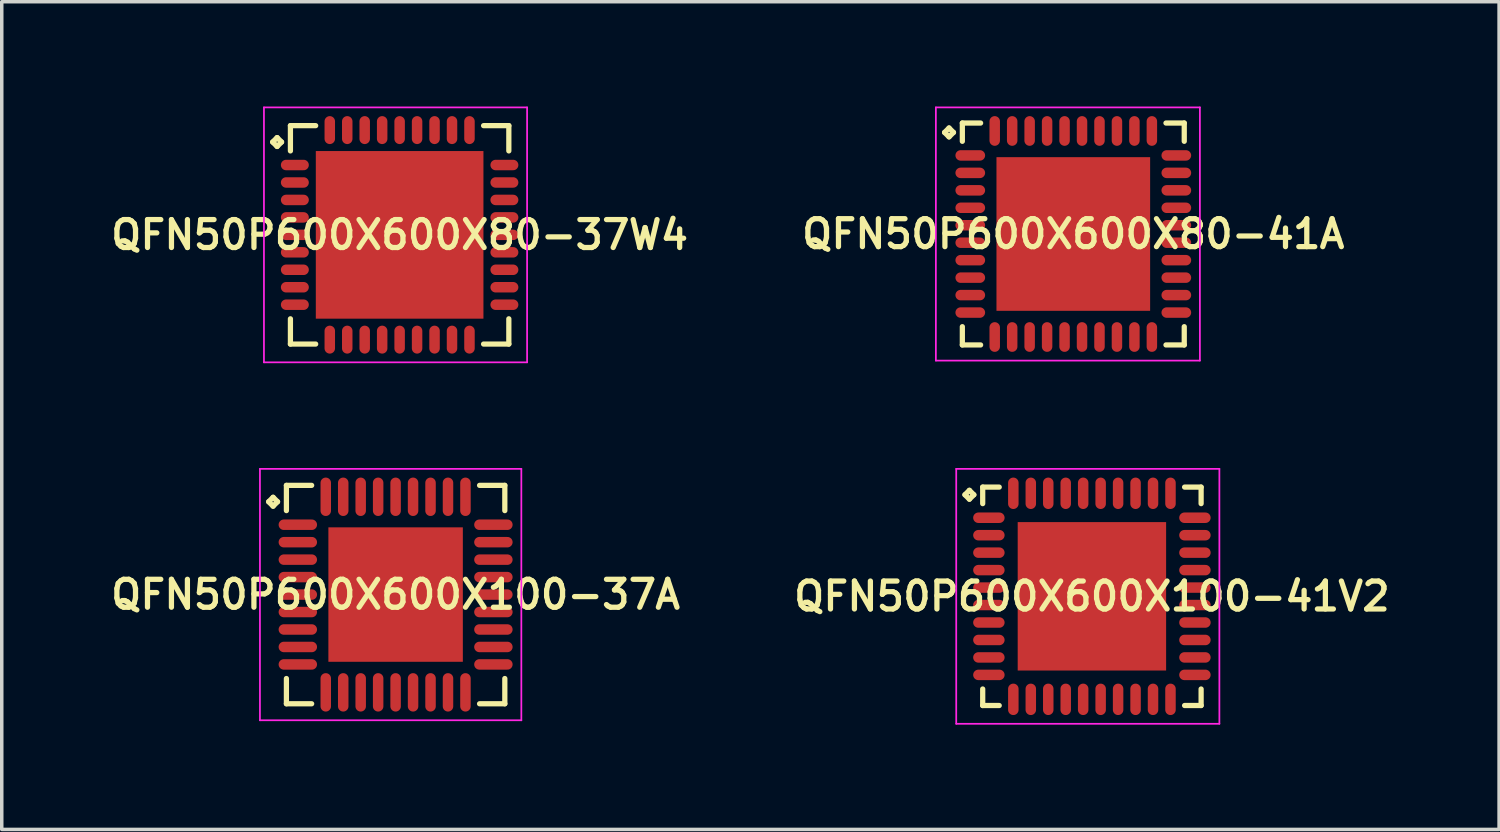
<source format=kicad_pcb>
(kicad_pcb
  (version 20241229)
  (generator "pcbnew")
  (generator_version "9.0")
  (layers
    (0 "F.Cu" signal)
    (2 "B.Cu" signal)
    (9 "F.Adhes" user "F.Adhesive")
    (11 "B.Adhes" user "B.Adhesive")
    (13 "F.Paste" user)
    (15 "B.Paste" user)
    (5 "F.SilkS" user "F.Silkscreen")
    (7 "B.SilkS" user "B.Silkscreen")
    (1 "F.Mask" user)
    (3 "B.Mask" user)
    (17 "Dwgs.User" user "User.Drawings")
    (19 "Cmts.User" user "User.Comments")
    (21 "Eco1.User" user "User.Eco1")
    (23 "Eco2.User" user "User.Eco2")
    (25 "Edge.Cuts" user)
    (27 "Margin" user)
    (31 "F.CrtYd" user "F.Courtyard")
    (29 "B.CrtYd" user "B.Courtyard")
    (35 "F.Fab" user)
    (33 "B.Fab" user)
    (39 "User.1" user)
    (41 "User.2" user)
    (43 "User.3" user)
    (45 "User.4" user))
  (footprint "QFN50P600X600X100-37A"
    (layer "F.Cu")
    (at 8.278 13.975)
    (property "Reference" "QFN50P600X600X100-37A" (at 0 0 0) (layer "F.SilkS") (effects (font (size 0.8 0.8) (thickness 0.15))))
    (attr smd)
    (fp_line (start -3.635 -2.658) (end -3.508 -2.785) (stroke (width 0.15) (type solid)) (layer "F.SilkS"))
    (fp_line (start -3.508 -2.785) (end -3.381 -2.658) (stroke (width 0.15) (type solid)) (layer "F.SilkS"))
    (fp_line (start -3.508 -2.531) (end -3.635 -2.658) (stroke (width 0.15) (type solid)) (layer "F.SilkS"))
    (fp_line (start -3.381 -2.658) (end -3.508 -2.531) (stroke (width 0.15) (type solid)) (layer "F.SilkS"))
    (fp_line (start -3.127 -3.127) (end -2.404 -3.127) (stroke (width 0.15) (type solid)) (layer "F.SilkS"))
    (fp_line (start -3.127 -2.404) (end -3.127 -3.127) (stroke (width 0.15) (type solid)) (layer "F.SilkS"))
    (fp_line (start -3.127 2.404) (end -3.127 3.127) (stroke (width 0.15) (type solid)) (layer "F.SilkS"))
    (fp_line (start -3.127 3.127) (end -2.404 3.127) (stroke (width 0.15) (type solid)) (layer "F.SilkS"))
    (fp_line (start 2.404 -3.127) (end 3.127 -3.127) (stroke (width 0.15) (type solid)) (layer "F.SilkS"))
    (fp_line (start 2.404 3.127) (end 3.127 3.127) (stroke (width 0.15) (type solid)) (layer "F.SilkS"))
    (fp_line (start 3.127 -3.127) (end 3.127 -2.404) (stroke (width 0.15) (type solid)) (layer "F.SilkS"))
    (fp_line (start 3.127 3.127) (end 3.127 2.404) (stroke (width 0.15) (type solid)) (layer "F.SilkS"))
    (fp_line (start -3.885 -3.6) (end 3.6 -3.6) (stroke (width 0.05) (type solid)) (layer "F.CrtYd"))
    (fp_line (start -3.885 3.6) (end -3.885 -3.6) (stroke (width 0.05) (type solid)) (layer "F.CrtYd"))
    (fp_line (start 3.6 -3.6) (end 3.6 3.6) (stroke (width 0.05) (type solid)) (layer "F.CrtYd"))
    (fp_line (start 3.6 3.6) (end -3.885 3.6) (stroke (width 0.05) (type solid)) (layer "F.CrtYd"))
    (pad "1" smd oval (at -2.8 -2) (size 1.1 0.3) (layers "F.Cu" "F.Mask" "F.Paste"))
    (pad "2" smd oval (at -2.8 -1.5) (size 1.1 0.3) (layers "F.Cu" "F.Mask" "F.Paste"))
    (pad "3" smd oval (at -2.8 -1) (size 1.1 0.3) (layers "F.Cu" "F.Mask" "F.Paste"))
    (pad "4" smd oval (at -2.8 -0.5) (size 1.1 0.3) (layers "F.Cu" "F.Mask" "F.Paste"))
    (pad "5" smd oval (at -2.8 0) (size 1.1 0.3) (layers "F.Cu" "F.Mask" "F.Paste"))
    (pad "6" smd oval (at -2.8 0.5) (size 1.1 0.3) (layers "F.Cu" "F.Mask" "F.Paste"))
    (pad "7" smd oval (at -2.8 1) (size 1.1 0.3) (layers "F.Cu" "F.Mask" "F.Paste"))
    (pad "8" smd oval (at -2.8 1.5) (size 1.1 0.3) (layers "F.Cu" "F.Mask" "F.Paste"))
    (pad "9" smd oval (at -2.8 2) (size 1.1 0.3) (layers "F.Cu" "F.Mask" "F.Paste"))
    (pad "10" smd oval (at -2 2.8) (size 0.3 1.1) (layers "F.Cu" "F.Mask" "F.Paste"))
    (pad "11" smd oval (at -1.5 2.8) (size 0.3 1.1) (layers "F.Cu" "F.Mask" "F.Paste"))
    (pad "12" smd oval (at -1 2.8) (size 0.3 1.1) (layers "F.Cu" "F.Mask" "F.Paste"))
    (pad "13" smd oval (at -0.5 2.8) (size 0.3 1.1) (layers "F.Cu" "F.Mask" "F.Paste"))
    (pad "14" smd oval (at 0 2.8) (size 0.3 1.1) (layers "F.Cu" "F.Mask" "F.Paste"))
    (pad "15" smd oval (at 0.5 2.8) (size 0.3 1.1) (layers "F.Cu" "F.Mask" "F.Paste"))
    (pad "16" smd oval (at 1 2.8) (size 0.3 1.1) (layers "F.Cu" "F.Mask" "F.Paste"))
    (pad "17" smd oval (at 1.5 2.8) (size 0.3 1.1) (layers "F.Cu" "F.Mask" "F.Paste"))
    (pad "18" smd oval (at 2 2.8) (size 0.3 1.1) (layers "F.Cu" "F.Mask" "F.Paste"))
    (pad "19" smd oval (at 2.8 2) (size 1.1 0.3) (layers "F.Cu" "F.Mask" "F.Paste"))
    (pad "20" smd oval (at 2.8 1.5) (size 1.1 0.3) (layers "F.Cu" "F.Mask" "F.Paste"))
    (pad "21" smd oval (at 2.8 1) (size 1.1 0.3) (layers "F.Cu" "F.Mask" "F.Paste"))
    (pad "22" smd oval (at 2.8 0.5) (size 1.1 0.3) (layers "F.Cu" "F.Mask" "F.Paste"))
    (pad "23" smd oval (at 2.8 0) (size 1.1 0.3) (layers "F.Cu" "F.Mask" "F.Paste"))
    (pad "24" smd oval (at 2.8 -0.5) (size 1.1 0.3) (layers "F.Cu" "F.Mask" "F.Paste"))
    (pad "25" smd oval (at 2.8 -1) (size 1.1 0.3) (layers "F.Cu" "F.Mask" "F.Paste"))
    (pad "26" smd oval (at 2.8 -1.5) (size 1.1 0.3) (layers "F.Cu" "F.Mask" "F.Paste"))
    (pad "27" smd oval (at 2.8 -2) (size 1.1 0.3) (layers "F.Cu" "F.Mask" "F.Paste"))
    (pad "28" smd oval (at 2 -2.8) (size 0.3 1.1) (layers "F.Cu" "F.Mask" "F.Paste"))
    (pad "29" smd oval (at 1.5 -2.8) (size 0.3 1.1) (layers "F.Cu" "F.Mask" "F.Paste"))
    (pad "30" smd oval (at 1 -2.8) (size 0.3 1.1) (layers "F.Cu" "F.Mask" "F.Paste"))
    (pad "31" smd oval (at 0.5 -2.8) (size 0.3 1.1) (layers "F.Cu" "F.Mask" "F.Paste"))
    (pad "32" smd oval (at 0 -2.8) (size 0.3 1.1) (layers "F.Cu" "F.Mask" "F.Paste"))
    (pad "33" smd oval (at -0.5 -2.8) (size 0.3 1.1) (layers "F.Cu" "F.Mask" "F.Paste"))
    (pad "34" smd oval (at -1 -2.8) (size 0.3 1.1) (layers "F.Cu" "F.Mask" "F.Paste"))
    (pad "35" smd oval (at -1.5 -2.8) (size 0.3 1.1) (layers "F.Cu" "F.Mask" "F.Paste"))
    (pad "36" smd oval (at -2 -2.8) (size 0.3 1.1) (layers "F.Cu" "F.Mask" "F.Paste"))
    (pad "37" smd rect (at 0 0) (size 3.85 3.85) (layers "F.Cu" "F.Mask" "F.Paste")))
  (footprint "QFN50P600X600X80-41A"
    (layer "F.Cu")
    (at 27.683 3.65)
    (property "Reference" "QFN50P600X600X80-41A" (at 0 0 0) (layer "F.SilkS") (effects (font (size 0.8 0.8) (thickness 0.15))))
    (attr smd)
    (fp_line (start -3.685 -2.908) (end -3.558 -3.035) (stroke (width 0.15) (type solid)) (layer "F.SilkS"))
    (fp_line (start -3.558 -3.035) (end -3.431 -2.908) (stroke (width 0.15) (type solid)) (layer "F.SilkS"))
    (fp_line (start -3.558 -2.781) (end -3.685 -2.908) (stroke (width 0.15) (type solid)) (layer "F.SilkS"))
    (fp_line (start -3.431 -2.908) (end -3.558 -2.781) (stroke (width 0.15) (type solid)) (layer "F.SilkS"))
    (fp_line (start -3.177 -3.177) (end -2.654 -3.177) (stroke (width 0.15) (type solid)) (layer "F.SilkS"))
    (fp_line (start -3.177 -2.654) (end -3.177 -3.177) (stroke (width 0.15) (type solid)) (layer "F.SilkS"))
    (fp_line (start -3.177 2.654) (end -3.177 3.177) (stroke (width 0.15) (type solid)) (layer "F.SilkS"))
    (fp_line (start -3.177 3.177) (end -2.654 3.177) (stroke (width 0.15) (type solid)) (layer "F.SilkS"))
    (fp_line (start 2.654 -3.177) (end 3.177 -3.177) (stroke (width 0.15) (type solid)) (layer "F.SilkS"))
    (fp_line (start 2.654 3.177) (end 3.177 3.177) (stroke (width 0.15) (type solid)) (layer "F.SilkS"))
    (fp_line (start 3.177 -3.177) (end 3.177 -2.654) (stroke (width 0.15) (type solid)) (layer "F.SilkS"))
    (fp_line (start 3.177 3.177) (end 3.177 2.654) (stroke (width 0.15) (type solid)) (layer "F.SilkS"))
    (fp_line (start -3.935 -3.625) (end 3.625 -3.625) (stroke (width 0.05) (type solid)) (layer "F.CrtYd"))
    (fp_line (start -3.935 3.625) (end -3.935 -3.625) (stroke (width 0.05) (type solid)) (layer "F.CrtYd"))
    (fp_line (start 3.625 -3.625) (end 3.625 3.625) (stroke (width 0.05) (type solid)) (layer "F.CrtYd"))
    (fp_line (start 3.625 3.625) (end -3.935 3.625) (stroke (width 0.05) (type solid)) (layer "F.CrtYd"))
    (pad "1" smd oval (at -2.95 -2.25) (size 0.85 0.3) (layers "F.Cu" "F.Mask" "F.Paste"))
    (pad "2" smd oval (at -2.95 -1.75) (size 0.85 0.3) (layers "F.Cu" "F.Mask" "F.Paste"))
    (pad "3" smd oval (at -2.95 -1.25) (size 0.85 0.3) (layers "F.Cu" "F.Mask" "F.Paste"))
    (pad "4" smd oval (at -2.95 -0.75) (size 0.85 0.3) (layers "F.Cu" "F.Mask" "F.Paste"))
    (pad "5" smd oval (at -2.95 -0.25) (size 0.85 0.3) (layers "F.Cu" "F.Mask" "F.Paste"))
    (pad "6" smd oval (at -2.95 0.25) (size 0.85 0.3) (layers "F.Cu" "F.Mask" "F.Paste"))
    (pad "7" smd oval (at -2.95 0.75) (size 0.85 0.3) (layers "F.Cu" "F.Mask" "F.Paste"))
    (pad "8" smd oval (at -2.95 1.25) (size 0.85 0.3) (layers "F.Cu" "F.Mask" "F.Paste"))
    (pad "9" smd oval (at -2.95 1.75) (size 0.85 0.3) (layers "F.Cu" "F.Mask" "F.Paste"))
    (pad "10" smd oval (at -2.95 2.25) (size 0.85 0.3) (layers "F.Cu" "F.Mask" "F.Paste"))
    (pad "11" smd oval (at -2.25 2.95) (size 0.3 0.85) (layers "F.Cu" "F.Mask" "F.Paste"))
    (pad "12" smd oval (at -1.75 2.95) (size 0.3 0.85) (layers "F.Cu" "F.Mask" "F.Paste"))
    (pad "13" smd oval (at -1.25 2.95) (size 0.3 0.85) (layers "F.Cu" "F.Mask" "F.Paste"))
    (pad "14" smd oval (at -0.75 2.95) (size 0.3 0.85) (layers "F.Cu" "F.Mask" "F.Paste"))
    (pad "15" smd oval (at -0.25 2.95) (size 0.3 0.85) (layers "F.Cu" "F.Mask" "F.Paste"))
    (pad "16" smd oval (at 0.25 2.95) (size 0.3 0.85) (layers "F.Cu" "F.Mask" "F.Paste"))
    (pad "17" smd oval (at 0.75 2.95) (size 0.3 0.85) (layers "F.Cu" "F.Mask" "F.Paste"))
    (pad "18" smd oval (at 1.25 2.95) (size 0.3 0.85) (layers "F.Cu" "F.Mask" "F.Paste"))
    (pad "19" smd oval (at 1.75 2.95) (size 0.3 0.85) (layers "F.Cu" "F.Mask" "F.Paste"))
    (pad "20" smd oval (at 2.25 2.95) (size 0.3 0.85) (layers "F.Cu" "F.Mask" "F.Paste"))
    (pad "21" smd oval (at 2.95 2.25) (size 0.85 0.3) (layers "F.Cu" "F.Mask" "F.Paste"))
    (pad "22" smd oval (at 2.95 1.75) (size 0.85 0.3) (layers "F.Cu" "F.Mask" "F.Paste"))
    (pad "23" smd oval (at 2.95 1.25) (size 0.85 0.3) (layers "F.Cu" "F.Mask" "F.Paste"))
    (pad "24" smd oval (at 2.95 0.75) (size 0.85 0.3) (layers "F.Cu" "F.Mask" "F.Paste"))
    (pad "25" smd oval (at 2.95 0.25) (size 0.85 0.3) (layers "F.Cu" "F.Mask" "F.Paste"))
    (pad "26" smd oval (at 2.95 -0.25) (size 0.85 0.3) (layers "F.Cu" "F.Mask" "F.Paste"))
    (pad "27" smd oval (at 2.95 -0.75) (size 0.85 0.3) (layers "F.Cu" "F.Mask" "F.Paste"))
    (pad "28" smd oval (at 2.95 -1.25) (size 0.85 0.3) (layers "F.Cu" "F.Mask" "F.Paste"))
    (pad "29" smd oval (at 2.95 -1.75) (size 0.85 0.3) (layers "F.Cu" "F.Mask" "F.Paste"))
    (pad "30" smd oval (at 2.95 -2.25) (size 0.85 0.3) (layers "F.Cu" "F.Mask" "F.Paste"))
    (pad "31" smd oval (at 2.25 -2.95) (size 0.3 0.85) (layers "F.Cu" "F.Mask" "F.Paste"))
    (pad "32" smd oval (at 1.75 -2.95) (size 0.3 0.85) (layers "F.Cu" "F.Mask" "F.Paste"))
    (pad "33" smd oval (at 1.25 -2.95) (size 0.3 0.85) (layers "F.Cu" "F.Mask" "F.Paste"))
    (pad "34" smd oval (at 0.75 -2.95) (size 0.3 0.85) (layers "F.Cu" "F.Mask" "F.Paste"))
    (pad "35" smd oval (at 0.25 -2.95) (size 0.3 0.85) (layers "F.Cu" "F.Mask" "F.Paste"))
    (pad "36" smd oval (at -0.25 -2.95) (size 0.3 0.85) (layers "F.Cu" "F.Mask" "F.Paste"))
    (pad "37" smd oval (at -0.75 -2.95) (size 0.3 0.85) (layers "F.Cu" "F.Mask" "F.Paste"))
    (pad "38" smd oval (at -1.25 -2.95) (size 0.3 0.85) (layers "F.Cu" "F.Mask" "F.Paste"))
    (pad "39" smd oval (at -1.75 -2.95) (size 0.3 0.85) (layers "F.Cu" "F.Mask" "F.Paste"))
    (pad "40" smd oval (at -2.25 -2.95) (size 0.3 0.85) (layers "F.Cu" "F.Mask" "F.Paste"))
    (pad "41" smd rect (at 0 0) (size 4.4 4.4) (layers "F.Cu" "F.Mask" "F.Paste")))
  (footprint "QFN50P600X600X80-37W4"
    (layer "F.Cu")
    (at 8.393 3.675)
    (property "Reference" "QFN50P600X600X80-37W4" (at 0 0 0) (layer "F.SilkS") (effects (font (size 0.8 0.8) (thickness 0.15))))
    (attr smd)
    (fp_line (start -3.635 -2.658) (end -3.508 -2.785) (stroke (width 0.15) (type solid)) (layer "F.SilkS"))
    (fp_line (start -3.508 -2.785) (end -3.381 -2.658) (stroke (width 0.15) (type solid)) (layer "F.SilkS"))
    (fp_line (start -3.508 -2.531) (end -3.635 -2.658) (stroke (width 0.15) (type solid)) (layer "F.SilkS"))
    (fp_line (start -3.381 -2.658) (end -3.508 -2.531) (stroke (width 0.15) (type solid)) (layer "F.SilkS"))
    (fp_line (start -3.127 -3.127) (end -2.404 -3.127) (stroke (width 0.15) (type solid)) (layer "F.SilkS"))
    (fp_line (start -3.127 -2.404) (end -3.127 -3.127) (stroke (width 0.15) (type solid)) (layer "F.SilkS"))
    (fp_line (start -3.127 2.404) (end -3.127 3.127) (stroke (width 0.15) (type solid)) (layer "F.SilkS"))
    (fp_line (start -3.127 3.127) (end -2.404 3.127) (stroke (width 0.15) (type solid)) (layer "F.SilkS"))
    (fp_line (start 2.404 -3.127) (end 3.127 -3.127) (stroke (width 0.15) (type solid)) (layer "F.SilkS"))
    (fp_line (start 2.404 3.127) (end 3.127 3.127) (stroke (width 0.15) (type solid)) (layer "F.SilkS"))
    (fp_line (start 3.127 -3.127) (end 3.127 -2.404) (stroke (width 0.15) (type solid)) (layer "F.SilkS"))
    (fp_line (start 3.127 3.127) (end 3.127 2.404) (stroke (width 0.15) (type solid)) (layer "F.SilkS"))
    (fp_line (start -3.885 -3.65) (end 3.65 -3.65) (stroke (width 0.05) (type solid)) (layer "F.CrtYd"))
    (fp_line (start -3.885 3.65) (end -3.885 -3.65) (stroke (width 0.05) (type solid)) (layer "F.CrtYd"))
    (fp_line (start 3.65 -3.65) (end 3.65 3.65) (stroke (width 0.05) (type solid)) (layer "F.CrtYd"))
    (fp_line (start 3.65 3.65) (end -3.885 3.65) (stroke (width 0.05) (type solid)) (layer "F.CrtYd"))
    (pad "1" smd oval (at -3 -2) (size 0.8 0.3) (layers "F.Cu" "F.Mask" "F.Paste"))
    (pad "2" smd oval (at -3 -1.5) (size 0.8 0.3) (layers "F.Cu" "F.Mask" "F.Paste"))
    (pad "3" smd oval (at -3 -1) (size 0.8 0.3) (layers "F.Cu" "F.Mask" "F.Paste"))
    (pad "4" smd oval (at -3 -0.5) (size 0.8 0.3) (layers "F.Cu" "F.Mask" "F.Paste"))
    (pad "5" smd oval (at -3 0) (size 0.8 0.3) (layers "F.Cu" "F.Mask" "F.Paste"))
    (pad "6" smd oval (at -3 0.5) (size 0.8 0.3) (layers "F.Cu" "F.Mask" "F.Paste"))
    (pad "7" smd oval (at -3 1) (size 0.8 0.3) (layers "F.Cu" "F.Mask" "F.Paste"))
    (pad "8" smd oval (at -3 1.5) (size 0.8 0.3) (layers "F.Cu" "F.Mask" "F.Paste"))
    (pad "9" smd oval (at -3 2) (size 0.8 0.3) (layers "F.Cu" "F.Mask" "F.Paste"))
    (pad "10" smd oval (at -2 3) (size 0.3 0.8) (layers "F.Cu" "F.Mask" "F.Paste"))
    (pad "11" smd oval (at -1.5 3) (size 0.3 0.8) (layers "F.Cu" "F.Mask" "F.Paste"))
    (pad "12" smd oval (at -1 3) (size 0.3 0.8) (layers "F.Cu" "F.Mask" "F.Paste"))
    (pad "13" smd oval (at -0.5 3) (size 0.3 0.8) (layers "F.Cu" "F.Mask" "F.Paste"))
    (pad "14" smd oval (at 0 3) (size 0.3 0.8) (layers "F.Cu" "F.Mask" "F.Paste"))
    (pad "15" smd oval (at 0.5 3) (size 0.3 0.8) (layers "F.Cu" "F.Mask" "F.Paste"))
    (pad "16" smd oval (at 1 3) (size 0.3 0.8) (layers "F.Cu" "F.Mask" "F.Paste"))
    (pad "17" smd oval (at 1.5 3) (size 0.3 0.8) (layers "F.Cu" "F.Mask" "F.Paste"))
    (pad "18" smd oval (at 2 3) (size 0.3 0.8) (layers "F.Cu" "F.Mask" "F.Paste"))
    (pad "19" smd oval (at 3 2) (size 0.8 0.3) (layers "F.Cu" "F.Mask" "F.Paste"))
    (pad "20" smd oval (at 3 1.5) (size 0.8 0.3) (layers "F.Cu" "F.Mask" "F.Paste"))
    (pad "21" smd oval (at 3 1) (size 0.8 0.3) (layers "F.Cu" "F.Mask" "F.Paste"))
    (pad "22" smd oval (at 3 0.5) (size 0.8 0.3) (layers "F.Cu" "F.Mask" "F.Paste"))
    (pad "23" smd oval (at 3 0) (size 0.8 0.3) (layers "F.Cu" "F.Mask" "F.Paste"))
    (pad "24" smd oval (at 3 -0.5) (size 0.8 0.3) (layers "F.Cu" "F.Mask" "F.Paste"))
    (pad "25" smd oval (at 3 -1) (size 0.8 0.3) (layers "F.Cu" "F.Mask" "F.Paste"))
    (pad "26" smd oval (at 3 -1.5) (size 0.8 0.3) (layers "F.Cu" "F.Mask" "F.Paste"))
    (pad "27" smd oval (at 3 -2) (size 0.8 0.3) (layers "F.Cu" "F.Mask" "F.Paste"))
    (pad "28" smd oval (at 2 -3) (size 0.3 0.8) (layers "F.Cu" "F.Mask" "F.Paste"))
    (pad "29" smd oval (at 1.5 -3) (size 0.3 0.8) (layers "F.Cu" "F.Mask" "F.Paste"))
    (pad "30" smd oval (at 1 -3) (size 0.3 0.8) (layers "F.Cu" "F.Mask" "F.Paste"))
    (pad "31" smd oval (at 0.5 -3) (size 0.3 0.8) (layers "F.Cu" "F.Mask" "F.Paste"))
    (pad "32" smd oval (at 0 -3) (size 0.3 0.8) (layers "F.Cu" "F.Mask" "F.Paste"))
    (pad "33" smd oval (at -0.5 -3) (size 0.3 0.8) (layers "F.Cu" "F.Mask" "F.Paste"))
    (pad "34" smd oval (at -1 -3) (size 0.3 0.8) (layers "F.Cu" "F.Mask" "F.Paste"))
    (pad "35" smd oval (at -1.5 -3) (size 0.3 0.8) (layers "F.Cu" "F.Mask" "F.Paste"))
    (pad "36" smd oval (at -2 -3) (size 0.3 0.8) (layers "F.Cu" "F.Mask" "F.Paste"))
    (pad "37" smd rect (at 0 0) (size 4.8 4.8) (layers "F.Cu" "F.Mask" "F.Paste")))
  (footprint "QFN50P600X600X100-41V2"
    (layer "F.Cu")
    (at 28.216 14.025)
    (property "Reference" "QFN50P600X600X100-41V2" (at 0 0 0) (layer "F.SilkS") (effects (font (size 0.8 0.8) (thickness 0.15))))
    (attr smd)
    (fp_line (start -3.635 -2.908) (end -3.508 -3.035) (stroke (width 0.15) (type solid)) (layer "F.SilkS"))
    (fp_line (start -3.508 -3.035) (end -3.381 -2.908) (stroke (width 0.15) (type solid)) (layer "F.SilkS"))
    (fp_line (start -3.508 -2.781) (end -3.635 -2.908) (stroke (width 0.15) (type solid)) (layer "F.SilkS"))
    (fp_line (start -3.381 -2.908) (end -3.508 -2.781) (stroke (width 0.15) (type solid)) (layer "F.SilkS"))
    (fp_line (start -3.127 -3.127) (end -2.654 -3.127) (stroke (width 0.15) (type solid)) (layer "F.SilkS"))
    (fp_line (start -3.127 -2.654) (end -3.127 -3.127) (stroke (width 0.15) (type solid)) (layer "F.SilkS"))
    (fp_line (start -3.127 2.654) (end -3.127 3.127) (stroke (width 0.15) (type solid)) (layer "F.SilkS"))
    (fp_line (start -3.127 3.127) (end -2.654 3.127) (stroke (width 0.15) (type solid)) (layer "F.SilkS"))
    (fp_line (start 2.654 -3.127) (end 3.127 -3.127) (stroke (width 0.15) (type solid)) (layer "F.SilkS"))
    (fp_line (start 2.654 3.127) (end 3.127 3.127) (stroke (width 0.15) (type solid)) (layer "F.SilkS"))
    (fp_line (start 3.127 -3.127) (end 3.127 -2.654) (stroke (width 0.15) (type solid)) (layer "F.SilkS"))
    (fp_line (start 3.127 3.127) (end 3.127 2.654) (stroke (width 0.15) (type solid)) (layer "F.SilkS"))
    (fp_line (start -3.885 -3.65) (end 3.65 -3.65) (stroke (width 0.05) (type solid)) (layer "F.CrtYd"))
    (fp_line (start -3.885 3.65) (end -3.885 -3.65) (stroke (width 0.05) (type solid)) (layer "F.CrtYd"))
    (fp_line (start 3.65 -3.65) (end 3.65 3.65) (stroke (width 0.05) (type solid)) (layer "F.CrtYd"))
    (fp_line (start 3.65 3.65) (end -3.885 3.65) (stroke (width 0.05) (type solid)) (layer "F.CrtYd"))
    (pad "1" smd oval (at -2.95 -2.25) (size 0.9 0.3) (layers "F.Cu" "F.Mask" "F.Paste"))
    (pad "2" smd oval (at -2.95 -1.75) (size 0.9 0.3) (layers "F.Cu" "F.Mask" "F.Paste"))
    (pad "3" smd oval (at -2.95 -1.25) (size 0.9 0.3) (layers "F.Cu" "F.Mask" "F.Paste"))
    (pad "4" smd oval (at -2.95 -0.75) (size 0.9 0.3) (layers "F.Cu" "F.Mask" "F.Paste"))
    (pad "5" smd oval (at -2.95 -0.25) (size 0.9 0.3) (layers "F.Cu" "F.Mask" "F.Paste"))
    (pad "6" smd oval (at -2.95 0.25) (size 0.9 0.3) (layers "F.Cu" "F.Mask" "F.Paste"))
    (pad "7" smd oval (at -2.95 0.75) (size 0.9 0.3) (layers "F.Cu" "F.Mask" "F.Paste"))
    (pad "8" smd oval (at -2.95 1.25) (size 0.9 0.3) (layers "F.Cu" "F.Mask" "F.Paste"))
    (pad "9" smd oval (at -2.95 1.75) (size 0.9 0.3) (layers "F.Cu" "F.Mask" "F.Paste"))
    (pad "10" smd oval (at -2.95 2.25) (size 0.9 0.3) (layers "F.Cu" "F.Mask" "F.Paste"))
    (pad "11" smd oval (at -2.25 2.95) (size 0.3 0.9) (layers "F.Cu" "F.Mask" "F.Paste"))
    (pad "12" smd oval (at -1.75 2.95) (size 0.3 0.9) (layers "F.Cu" "F.Mask" "F.Paste"))
    (pad "13" smd oval (at -1.25 2.95) (size 0.3 0.9) (layers "F.Cu" "F.Mask" "F.Paste"))
    (pad "14" smd oval (at -0.75 2.95) (size 0.3 0.9) (layers "F.Cu" "F.Mask" "F.Paste"))
    (pad "15" smd oval (at -0.25 2.95) (size 0.3 0.9) (layers "F.Cu" "F.Mask" "F.Paste"))
    (pad "16" smd oval (at 0.25 2.95) (size 0.3 0.9) (layers "F.Cu" "F.Mask" "F.Paste"))
    (pad "17" smd oval (at 0.75 2.95) (size 0.3 0.9) (layers "F.Cu" "F.Mask" "F.Paste"))
    (pad "18" smd oval (at 1.25 2.95) (size 0.3 0.9) (layers "F.Cu" "F.Mask" "F.Paste"))
    (pad "19" smd oval (at 1.75 2.95) (size 0.3 0.9) (layers "F.Cu" "F.Mask" "F.Paste"))
    (pad "20" smd oval (at 2.25 2.95) (size 0.3 0.9) (layers "F.Cu" "F.Mask" "F.Paste"))
    (pad "21" smd oval (at 2.95 2.25) (size 0.9 0.3) (layers "F.Cu" "F.Mask" "F.Paste"))
    (pad "22" smd oval (at 2.95 1.75) (size 0.9 0.3) (layers "F.Cu" "F.Mask" "F.Paste"))
    (pad "23" smd oval (at 2.95 1.25) (size 0.9 0.3) (layers "F.Cu" "F.Mask" "F.Paste"))
    (pad "24" smd oval (at 2.95 0.75) (size 0.9 0.3) (layers "F.Cu" "F.Mask" "F.Paste"))
    (pad "25" smd oval (at 2.95 0.25) (size 0.9 0.3) (layers "F.Cu" "F.Mask" "F.Paste"))
    (pad "26" smd oval (at 2.95 -0.25) (size 0.9 0.3) (layers "F.Cu" "F.Mask" "F.Paste"))
    (pad "27" smd oval (at 2.95 -0.75) (size 0.9 0.3) (layers "F.Cu" "F.Mask" "F.Paste"))
    (pad "28" smd oval (at 2.95 -1.25) (size 0.9 0.3) (layers "F.Cu" "F.Mask" "F.Paste"))
    (pad "29" smd oval (at 2.95 -1.75) (size 0.9 0.3) (layers "F.Cu" "F.Mask" "F.Paste"))
    (pad "30" smd oval (at 2.95 -2.25) (size 0.9 0.3) (layers "F.Cu" "F.Mask" "F.Paste"))
    (pad "31" smd oval (at 2.25 -2.95) (size 0.3 0.9) (layers "F.Cu" "F.Mask" "F.Paste"))
    (pad "32" smd oval (at 1.75 -2.95) (size 0.3 0.9) (layers "F.Cu" "F.Mask" "F.Paste"))
    (pad "33" smd oval (at 1.25 -2.95) (size 0.3 0.9) (layers "F.Cu" "F.Mask" "F.Paste"))
    (pad "34" smd oval (at 0.75 -2.95) (size 0.3 0.9) (layers "F.Cu" "F.Mask" "F.Paste"))
    (pad "35" smd oval (at 0.25 -2.95) (size 0.3 0.9) (layers "F.Cu" "F.Mask" "F.Paste"))
    (pad "36" smd oval (at -0.25 -2.95) (size 0.3 0.9) (layers "F.Cu" "F.Mask" "F.Paste"))
    (pad "37" smd oval (at -0.75 -2.95) (size 0.3 0.9) (layers "F.Cu" "F.Mask" "F.Paste"))
    (pad "38" smd oval (at -1.25 -2.95) (size 0.3 0.9) (layers "F.Cu" "F.Mask" "F.Paste"))
    (pad "39" smd oval (at -1.75 -2.95) (size 0.3 0.9) (layers "F.Cu" "F.Mask" "F.Paste"))
    (pad "40" smd oval (at -2.25 -2.95) (size 0.3 0.9) (layers "F.Cu" "F.Mask" "F.Paste"))
    (pad "41" smd rect (at 0 0) (size 4.25 4.25) (layers "F.Cu" "F.Mask" "F.Paste")))
  (gr_rect
    (start -3 -3)
    (end 39.875 20.7)
    (stroke (width 0.1) (type default))
    (fill no)
    (layer "Edge.Cuts")))
</source>
